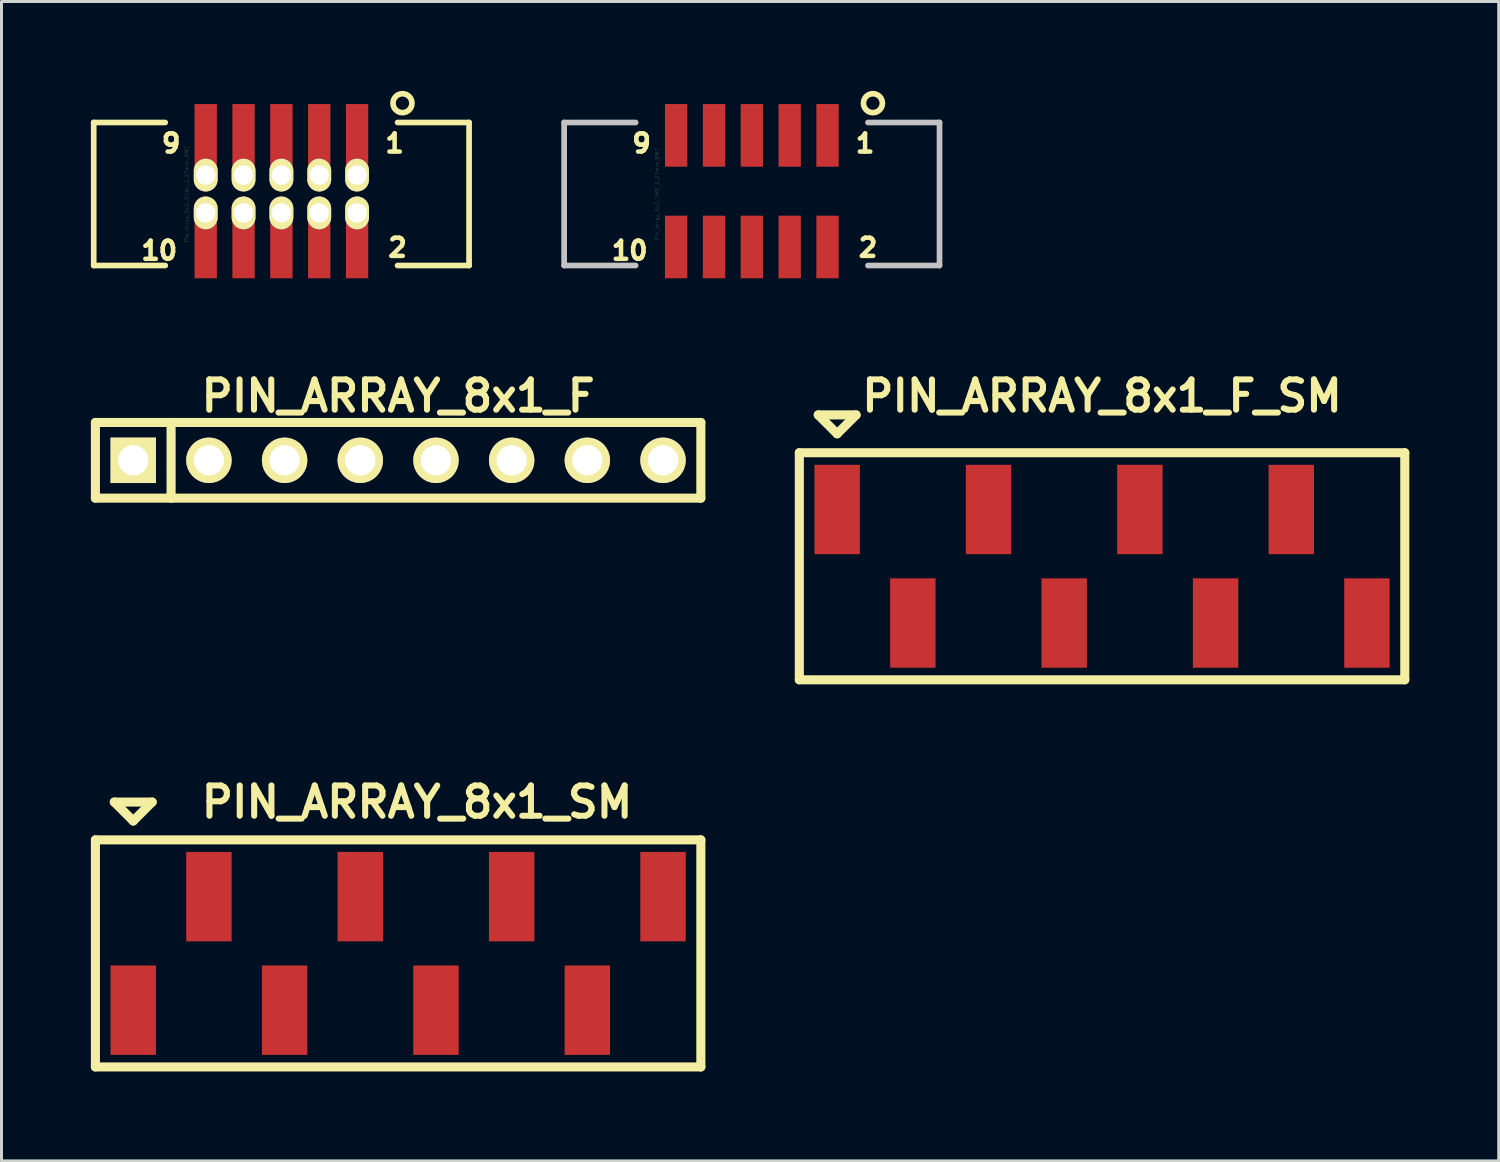
<source format=kicad_pcb>
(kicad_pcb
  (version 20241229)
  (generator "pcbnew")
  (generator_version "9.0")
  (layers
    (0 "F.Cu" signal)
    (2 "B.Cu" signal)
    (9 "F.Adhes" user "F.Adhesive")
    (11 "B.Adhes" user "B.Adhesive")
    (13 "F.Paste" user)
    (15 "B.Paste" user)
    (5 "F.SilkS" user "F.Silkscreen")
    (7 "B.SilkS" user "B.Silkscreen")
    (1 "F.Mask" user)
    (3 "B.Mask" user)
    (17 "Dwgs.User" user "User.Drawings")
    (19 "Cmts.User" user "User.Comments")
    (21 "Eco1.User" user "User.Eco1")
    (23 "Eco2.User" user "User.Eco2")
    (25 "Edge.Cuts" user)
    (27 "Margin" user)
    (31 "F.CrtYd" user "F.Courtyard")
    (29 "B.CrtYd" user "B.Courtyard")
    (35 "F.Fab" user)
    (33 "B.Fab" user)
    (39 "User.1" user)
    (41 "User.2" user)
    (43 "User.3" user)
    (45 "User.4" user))
  (footprint "PIN_ARRAY_8x1_F_SM"
    (layer "F.Cu")
    (at 33.937 15.955)
    (property "Reference" "PIN_ARRAY_8x1_F_SM" (at 0 -5.715 0) (layer "F.SilkS") (effects (font (size 1.016 1.016) (thickness 0.203))))
    (attr through_hole)
    (fp_line (start -10.16 -3.81) (end 10.16 -3.81) (stroke (width 0.305) (type solid)) (layer "F.SilkS"))
    (fp_line (start -10.16 3.81) (end -10.16 -3.81) (stroke (width 0.305) (type solid)) (layer "F.SilkS"))
    (fp_line (start -9.525 -5.08) (end -8.89 -4.445) (stroke (width 0.305) (type solid)) (layer "F.SilkS"))
    (fp_line (start -8.89 -4.445) (end -8.255 -5.08) (stroke (width 0.305) (type solid)) (layer "F.SilkS"))
    (fp_line (start -8.255 -5.08) (end -9.525 -5.08) (stroke (width 0.305) (type solid)) (layer "F.SilkS"))
    (fp_line (start 10.16 -3.81) (end 10.16 3.81) (stroke (width 0.305) (type solid)) (layer "F.SilkS"))
    (fp_line (start 10.16 3.81) (end -10.16 3.81) (stroke (width 0.305) (type solid)) (layer "F.SilkS"))
    (pad "1" smd rect (at -8.89 -1.905) (size 1.524 3) (layers "F.Cu" "F.Mask" "F.Paste"))
    (pad "2" smd rect (at -6.35 1.905) (size 1.524 3) (layers "F.Cu" "F.Mask" "F.Paste"))
    (pad "3" smd rect (at -3.81 -1.905) (size 1.524 3) (layers "F.Cu" "F.Mask" "F.Paste"))
    (pad "4" smd rect (at -1.27 1.905) (size 1.524 3) (layers "F.Cu" "F.Mask" "F.Paste"))
    (pad "5" smd rect (at 1.27 -1.905) (size 1.524 3) (layers "F.Cu" "F.Mask" "F.Paste"))
    (pad "6" smd rect (at 3.81 1.905) (size 1.524 3) (layers "F.Cu" "F.Mask" "F.Paste"))
    (pad "7" smd rect (at 6.35 -1.905) (size 1.524 3) (layers "F.Cu" "F.Mask" "F.Paste"))
    (pad "8" smd rect (at 8.89 1.905) (size 1.524 3) (layers "F.Cu" "F.Mask" "F.Paste")))
  (footprint "PIN_ARRAY_8x1_SM"
    (layer "F.Cu")
    (at 10.312 28.948)
    (property "Reference" "PIN_ARRAY_8x1_SM" (at 0.635 -5.08 0) (layer "F.SilkS") (effects (font (size 1.016 1.016) (thickness 0.203))))
    (attr through_hole)
    (fp_line (start -10.16 -3.81) (end -10.16 3.81) (stroke (width 0.305) (type solid)) (layer "F.SilkS"))
    (fp_line (start -10.16 -3.81) (end 10.16 -3.81) (stroke (width 0.305) (type solid)) (layer "F.SilkS"))
    (fp_line (start -9.525 -5.08) (end -8.89 -4.445) (stroke (width 0.305) (type solid)) (layer "F.SilkS"))
    (fp_line (start -8.89 -4.445) (end -8.255 -5.08) (stroke (width 0.305) (type solid)) (layer "F.SilkS"))
    (fp_line (start -8.255 -5.08) (end -9.525 -5.08) (stroke (width 0.305) (type solid)) (layer "F.SilkS"))
    (fp_line (start 10.16 3.81) (end -10.16 3.81) (stroke (width 0.305) (type solid)) (layer "F.SilkS"))
    (fp_line (start 10.16 3.81) (end 10.16 -3.81) (stroke (width 0.305) (type solid)) (layer "F.SilkS"))
    (pad "1" smd rect (at -8.89 1.905) (size 1.524 3) (layers "F.Cu" "F.Mask" "F.Paste"))
    (pad "2" smd rect (at -6.35 -1.905) (size 1.524 3) (layers "F.Cu" "F.Mask" "F.Paste"))
    (pad "3" smd rect (at -3.81 1.905) (size 1.524 3) (layers "F.Cu" "F.Mask" "F.Paste"))
    (pad "4" smd rect (at -1.27 -1.905) (size 1.524 3) (layers "F.Cu" "F.Mask" "F.Paste"))
    (pad "5" smd rect (at 1.27 1.905) (size 1.524 3) (layers "F.Cu" "F.Mask" "F.Paste"))
    (pad "6" smd rect (at 3.81 -1.905) (size 1.524 3) (layers "F.Cu" "F.Mask" "F.Paste"))
    (pad "7" smd rect (at 6.35 1.905) (size 1.524 3) (layers "F.Cu" "F.Mask" "F.Paste"))
    (pad "8" smd rect (at 8.89 -1.905) (size 1.524 3) (layers "F.Cu" "F.Mask" "F.Paste")))
  (footprint "PIN_ARRAY_8x1_F"
    (layer "F.Cu")
    (at 10.312 12.399)
    (property "Reference" "PIN_ARRAY_8x1_F" (at 0 -2.159 0) (layer "F.SilkS") (effects (font (size 1.016 1.016) (thickness 0.203))))
    (attr through_hole)
    (fp_line (start -10.16 -1.27) (end 10.16 -1.27) (stroke (width 0.305) (type solid)) (layer "F.SilkS"))
    (fp_line (start -10.16 1.27) (end -10.16 -1.27) (stroke (width 0.305) (type solid)) (layer "F.SilkS"))
    (fp_line (start -7.62 1.27) (end -7.62 -1.27) (stroke (width 0.305) (type solid)) (layer "F.SilkS"))
    (fp_line (start 10.16 -1.27) (end 10.16 1.27) (stroke (width 0.305) (type solid)) (layer "F.SilkS"))
    (fp_line (start 10.16 1.27) (end -10.16 1.27) (stroke (width 0.305) (type solid)) (layer "F.SilkS"))
    (pad "1" thru_hole rect (at -8.89 0) (size 1.524 1.524) (drill 1.016) (layers "*.Cu" "*.Mask" "F.SilkS"))
    (pad "2" thru_hole circle (at -6.35 0) (size 1.524 1.524) (drill 1.016) (layers "*.Cu" "*.Mask" "F.SilkS"))
    (pad "3" thru_hole circle (at -3.81 0) (size 1.524 1.524) (drill 1.016) (layers "*.Cu" "*.Mask" "F.SilkS"))
    (pad "4" thru_hole circle (at -1.27 0) (size 1.524 1.524) (drill 1.016) (layers "*.Cu" "*.Mask" "F.SilkS"))
    (pad "5" thru_hole circle (at 1.27 0) (size 1.524 1.524) (drill 1.016) (layers "*.Cu" "*.Mask" "F.SilkS"))
    (pad "6" thru_hole circle (at 3.81 0) (size 1.524 1.524) (drill 1.016) (layers "*.Cu" "*.Mask" "F.SilkS"))
    (pad "7" thru_hole circle (at 6.35 0) (size 1.524 1.524) (drill 1.016) (layers "*.Cu" "*.Mask" "F.SilkS"))
    (pad "8" thru_hole circle (at 8.89 0) (size 1.524 1.524) (drill 1.016) (layers "*.Cu" "*.Mask" "F.SilkS")))
  (footprint "Pin_Array_5x2_DUAL_1.27mm_RMC"
    (layer "F.Cu")
    (at 6.394 3.461)
    (property "Reference" "Pin_Array_5x2_DUAL_1.27mm_RMC" (at -3.175 0 90) (layer "F.SilkS") (effects (font (size 0.127 0.127) (thickness 0.003))))
    (attr through_hole)
    (fp_line (start -6.299 -2.4) (end -6.299 2.4) (stroke (width 0.191) (type solid)) (layer "F.SilkS"))
    (fp_line (start -6.299 -2.4) (end -3.899 -2.4) (stroke (width 0.191) (type solid)) (layer "F.SilkS"))
    (fp_line (start -6.299 2.4) (end -3.899 2.4) (stroke (width 0.191) (type solid)) (layer "F.SilkS"))
    (fp_line (start 6.299 -2.4) (end 3.899 -2.4) (stroke (width 0.191) (type solid)) (layer "F.SilkS"))
    (fp_line (start 6.299 -2.4) (end 6.299 2.4) (stroke (width 0.191) (type solid)) (layer "F.SilkS"))
    (fp_line (start 6.299 2.4) (end 3.899 2.4) (stroke (width 0.191) (type solid)) (layer "F.SilkS"))
    (fp_circle (center 4.064 -3.048) (end 4.255 -2.794) (stroke (width 0.191) (type solid)) (fill no) (layer "F.SilkS"))
    (fp_text user "1" (at 3.8 -1.699 0) (layer "F.SilkS") (effects (font (size 0.61 0.61) (thickness 0.152))))
    (fp_text user "9" (at -3.701 -1.699 0) (layer "F.SilkS") (effects (font (size 0.61 0.61) (thickness 0.152))))
    (fp_text user "10" (at -4.1 1.9 0) (layer "F.SilkS") (effects (font (size 0.61 0.61) (thickness 0.152))))
    (fp_text user "2" (at 3.899 1.801 0) (layer "F.SilkS") (effects (font (size 0.61 0.61) (thickness 0.152))))
    (pad "1" smd rect (at 2.54 -1.968) (size 0.749 2.101) (layers "F.Cu" "F.Mask" "F.Paste"))
    (pad "1" thru_hole oval (at 2.54 -0.635) (size 0.8 1.1) (drill 0.65) (layers "*.Cu" "*.Mask" "F.SilkS"))
    (pad "2" thru_hole oval (at 2.54 0.635) (size 0.8 1.1) (drill 0.65) (layers "*.Cu" "*.Mask" "F.SilkS"))
    (pad "2" smd rect (at 2.54 1.778) (size 0.749 2.101) (layers "F.Cu" "F.Mask" "F.Paste"))
    (pad "3" smd rect (at 1.27 -1.968) (size 0.749 2.101) (layers "F.Cu" "F.Mask" "F.Paste"))
    (pad "3" thru_hole oval (at 1.27 -0.635) (size 0.8 1.1) (drill 0.65) (layers "*.Cu" "*.Mask" "F.SilkS"))
    (pad "4" thru_hole oval (at 1.27 0.635) (size 0.8 1.1) (drill 0.65) (layers "*.Cu" "*.Mask" "F.SilkS"))
    (pad "4" smd rect (at 1.27 1.778) (size 0.749 2.101) (layers "F.Cu" "F.Mask" "F.Paste"))
    (pad "5" smd rect (at 0 -1.968) (size 0.749 2.101) (layers "F.Cu" "F.Mask" "F.Paste"))
    (pad "5" thru_hole oval (at 0 -0.635) (size 0.8 1.1) (drill 0.65) (layers "*.Cu" "*.Mask" "F.SilkS"))
    (pad "6" thru_hole oval (at 0 0.635) (size 0.8 1.1) (drill 0.65) (layers "*.Cu" "*.Mask" "F.SilkS"))
    (pad "6" smd rect (at 0 1.778) (size 0.749 2.101) (layers "F.Cu" "F.Mask" "F.Paste"))
    (pad "7" smd rect (at -1.27 -1.968) (size 0.749 2.101) (layers "F.Cu" "F.Mask" "F.Paste"))
    (pad "7" thru_hole oval (at -1.27 -0.635) (size 0.8 1.1) (drill 0.65) (layers "*.Cu" "*.Mask" "F.SilkS"))
    (pad "8" thru_hole oval (at -1.27 0.635) (size 0.8 1.1) (drill 0.65) (layers "*.Cu" "*.Mask" "F.SilkS"))
    (pad "8" smd rect (at -1.27 1.778) (size 0.749 2.101) (layers "F.Cu" "F.Mask" "F.Paste"))
    (pad "9" smd rect (at -2.54 -1.968) (size 0.749 2.101) (layers "F.Cu" "F.Mask" "F.Paste"))
    (pad "9" thru_hole oval (at -2.54 -0.635) (size 0.8 1.1) (drill 0.65) (layers "*.Cu" "*.Mask" "F.SilkS"))
    (pad "10" thru_hole oval (at -2.54 0.635) (size 0.8 1.1) (drill 0.65) (layers "*.Cu" "*.Mask" "F.SilkS"))
    (pad "10" smd rect (at -2.54 1.778) (size 0.749 2.101) (layers "F.Cu" "F.Mask" "F.Paste")))
  (footprint "Pin_Array_5x2_SMT_1.27mm_RMC"
    (layer "F.Cu")
    (at 22.183 3.461)
    (property "Reference" "Pin_Array_5x2_SMT_1.27mm_RMC" (at -3.175 0 90) (layer "F.SilkS") (effects (font (size 0.127 0.127) (thickness 0.003))))
    (attr through_hole)
    (fp_circle (center 4.064 -3.048) (end 4.255 -2.794) (stroke (width 0.191) (type solid)) (fill no) (layer "F.SilkS"))
    (fp_line (start -6.299 -2.4) (end -6.299 2.4) (stroke (width 0.191) (type solid)) (layer "Dwgs.User"))
    (fp_line (start -6.299 -2.4) (end -3.899 -2.4) (stroke (width 0.191) (type solid)) (layer "Dwgs.User"))
    (fp_line (start -6.299 2.4) (end -3.899 2.4) (stroke (width 0.191) (type solid)) (layer "Dwgs.User"))
    (fp_line (start 6.299 -2.4) (end 3.899 -2.4) (stroke (width 0.191) (type solid)) (layer "Dwgs.User"))
    (fp_line (start 6.299 -2.4) (end 6.299 2.4) (stroke (width 0.191) (type solid)) (layer "Dwgs.User"))
    (fp_line (start 6.299 2.4) (end 3.899 2.4) (stroke (width 0.191) (type solid)) (layer "Dwgs.User"))
    (fp_text user "10" (at -4.1 1.9 0) (layer "F.SilkS") (effects (font (size 0.61 0.61) (thickness 0.152))))
    (fp_text user "2" (at 3.899 1.801 0) (layer "F.SilkS") (effects (font (size 0.61 0.61) (thickness 0.152))))
    (fp_text user "9" (at -3.701 -1.699 0) (layer "F.SilkS") (effects (font (size 0.61 0.61) (thickness 0.152))))
    (fp_text user "1" (at 3.8 -1.699 0) (layer "F.SilkS") (effects (font (size 0.61 0.61) (thickness 0.152))))
    (pad "1" smd rect (at 2.54 -1.968) (size 0.749 2.101) (layers "F.Cu" "F.Mask" "F.Paste"))
    (pad "2" smd rect (at 2.54 1.778) (size 0.749 2.101) (layers "F.Cu" "F.Mask" "F.Paste"))
    (pad "3" smd rect (at 1.27 -1.968) (size 0.749 2.101) (layers "F.Cu" "F.Mask" "F.Paste"))
    (pad "4" smd rect (at 1.27 1.778) (size 0.749 2.101) (layers "F.Cu" "F.Mask" "F.Paste"))
    (pad "5" smd rect (at 0 -1.968) (size 0.749 2.101) (layers "F.Cu" "F.Mask" "F.Paste"))
    (pad "6" smd rect (at 0 1.778) (size 0.749 2.101) (layers "F.Cu" "F.Mask" "F.Paste"))
    (pad "7" smd rect (at -1.27 -1.968) (size 0.749 2.101) (layers "F.Cu" "F.Mask" "F.Paste"))
    (pad "8" smd rect (at -1.27 1.778) (size 0.749 2.101) (layers "F.Cu" "F.Mask" "F.Paste"))
    (pad "9" smd rect (at -2.54 -1.968) (size 0.749 2.101) (layers "F.Cu" "F.Mask" "F.Paste"))
    (pad "10" smd rect (at -2.54 1.778) (size 0.749 2.101) (layers "F.Cu" "F.Mask" "F.Paste")))
  (gr_rect
    (start -3 -3)
    (end 47.25 35.911)
    (stroke (width 0.1) (type default))
    (fill no)
    (layer "Edge.Cuts")))
</source>
